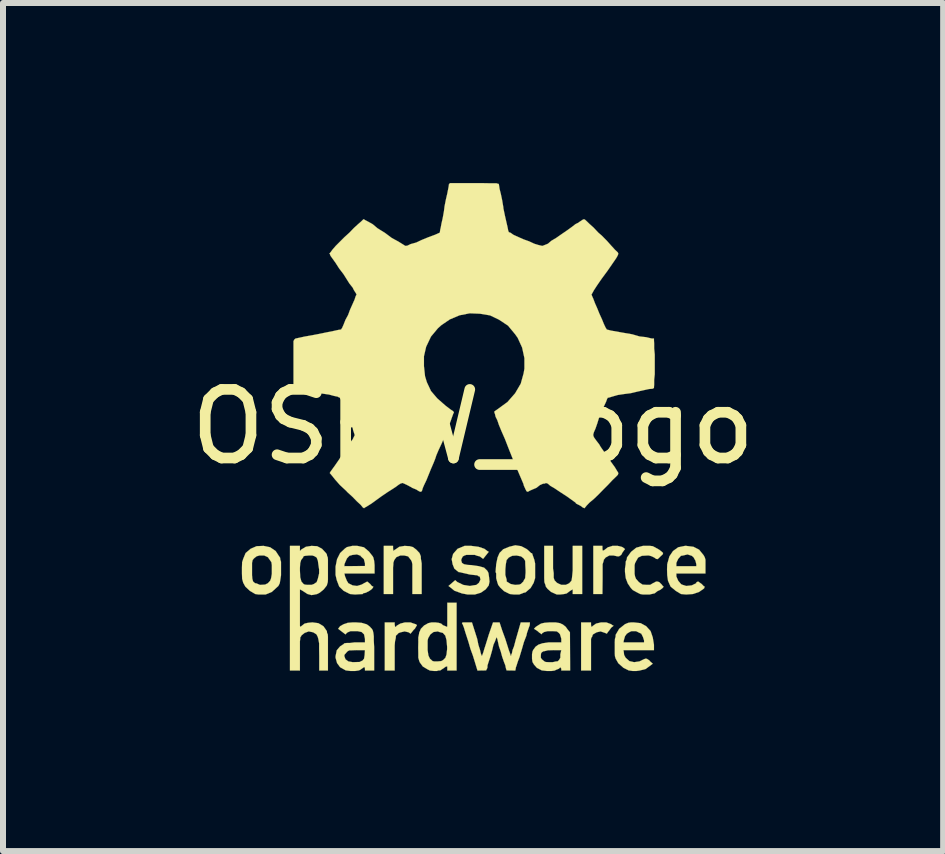
<source format=kicad_pcb>
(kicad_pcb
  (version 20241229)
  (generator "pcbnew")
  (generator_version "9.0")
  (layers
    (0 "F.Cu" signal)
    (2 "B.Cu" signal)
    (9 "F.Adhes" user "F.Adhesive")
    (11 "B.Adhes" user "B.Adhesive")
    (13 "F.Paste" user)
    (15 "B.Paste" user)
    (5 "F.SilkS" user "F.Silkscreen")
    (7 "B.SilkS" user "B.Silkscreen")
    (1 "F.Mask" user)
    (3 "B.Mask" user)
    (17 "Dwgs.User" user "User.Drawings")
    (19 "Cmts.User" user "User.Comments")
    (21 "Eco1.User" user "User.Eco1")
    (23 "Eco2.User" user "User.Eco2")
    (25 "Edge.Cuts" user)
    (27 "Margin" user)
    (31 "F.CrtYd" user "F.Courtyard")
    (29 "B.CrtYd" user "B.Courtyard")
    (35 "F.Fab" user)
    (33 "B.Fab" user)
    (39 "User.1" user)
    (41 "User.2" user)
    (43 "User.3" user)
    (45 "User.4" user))
  (footprint "OSHW_logo"
    (layer "F.Cu")
    (at 4.833 4.063)
    (property "Reference" "OSHW_logo" (at 0 0 0) (layer "F.SilkS") (effects (font (size 1.143 1.143) (thickness 0.178))))
    (attr through_hole)
    (fp_poly (pts (xy -1.306 4.061) (xy -1.306 3.795) (xy -1.306 3.752) (xy -1.306 3.645) (xy -1.3 3.574) (xy -1.288 3.52) (xy -1.285 3.48) (xy -1.262 3.459) (xy -1.242 3.437) (xy -1.206 3.424) (xy -1.14 3.409) (xy -1.074 3.424) (xy -1.041 3.447) (xy -0.988 3.381) (xy -0.97 3.365) (xy -0.945 3.322) (xy -0.935 3.31) (xy -0.947 3.292) (xy -0.988 3.279) (xy -1.044 3.259) (xy -1.133 3.259) (xy -1.212 3.279) (xy -1.273 3.315) (xy -1.285 3.332) (xy -1.3 3.332) (xy -1.306 3.292) (xy -1.306 3.259) (xy -1.471 3.259) (xy -1.471 4.061) (xy -1.306 4.061)) (stroke (width 0.003) (type solid)) (fill yes) (layer "F.SilkS"))
    (fp_poly (pts (xy 1.966 4.061) (xy 1.966 3.767) (xy 1.966 3.658) (xy 1.966 3.592) (xy 1.966 3.536) (xy 1.974 3.51) (xy 1.984 3.5) (xy 1.989 3.48) (xy 1.999 3.459) (xy 2.06 3.424) (xy 2.126 3.409) (xy 2.2 3.434) (xy 2.23 3.447) (xy 2.248 3.419) (xy 2.271 3.391) (xy 2.304 3.345) (xy 2.322 3.332) (xy 2.342 3.315) (xy 2.322 3.305) (xy 2.301 3.289) (xy 2.22 3.259) (xy 2.134 3.259) (xy 2.05 3.279) (xy 2.014 3.305) (xy 1.989 3.322) (xy 1.984 3.332) (xy 1.974 3.332) (xy 1.966 3.305) (xy 1.966 3.259) (xy 1.801 3.259) (xy 1.801 4.061) (xy 1.966 4.061)) (stroke (width 0.003) (type solid)) (fill yes) (layer "F.SilkS"))
    (fp_poly (pts (xy 2.156 2.786) (xy 2.159 2.517) (xy 2.159 2.433) (xy 2.159 2.344) (xy 2.159 2.289) (xy 2.172 2.248) (xy 2.177 2.23) (xy 2.179 2.215) (xy 2.192 2.2) (xy 2.215 2.172) (xy 2.22 2.172) (xy 2.271 2.144) (xy 2.342 2.144) (xy 2.395 2.156) (xy 2.418 2.159) (xy 2.436 2.156) (xy 2.469 2.134) (xy 2.494 2.088) (xy 2.522 2.05) (xy 2.532 2.04) (xy 2.522 2.027) (xy 2.489 2.004) (xy 2.413 1.984) (xy 2.322 1.984) (xy 2.248 2.007) (xy 2.215 2.032) (xy 2.192 2.05) (xy 2.179 2.06) (xy 2.159 2.06) (xy 2.156 2.027) (xy 2.156 1.984) (xy 2.004 1.984) (xy 2.004 2.786) (xy 2.156 2.786)) (stroke (width 0.003) (type solid)) (fill yes) (layer "F.SilkS"))
    (fp_poly (pts (xy -0.856 2.786) (xy -0.856 2.494) (xy -0.856 2.413) (xy -0.856 2.276) (xy -0.869 2.2) (xy -0.871 2.156) (xy -0.892 2.103) (xy -0.945 2.047) (xy -1.001 2.004) (xy -1.057 1.989) (xy -1.14 1.984) (xy -1.229 1.999) (xy -1.288 2.04) (xy -1.306 2.05) (xy -1.328 2.07) (xy -1.328 2.06) (xy -1.333 2.027) (xy -1.333 1.984) (xy -1.488 1.984) (xy -1.488 2.786) (xy -1.333 2.786) (xy -1.333 2.522) (xy -1.333 2.421) (xy -1.333 2.344) (xy -1.328 2.291) (xy -1.328 2.266) (xy -1.321 2.245) (xy -1.313 2.22) (xy -1.278 2.172) (xy -1.212 2.144) (xy -1.146 2.144) (xy -1.082 2.159) (xy -1.034 2.22) (xy -1.021 2.245) (xy -1.016 2.266) (xy -1.011 2.291) (xy -1.011 2.344) (xy -1.011 2.418) (xy -1.011 2.522) (xy -1.011 2.786) (xy -0.856 2.786)) (stroke (width 0.003) (type solid)) (fill yes) (layer "F.SilkS"))
    (fp_poly (pts (xy 1.45 2.794) (xy 1.519 2.786) (xy 1.562 2.776) (xy 1.577 2.764) (xy 1.618 2.733) (xy 1.661 2.708) (xy 1.661 2.786) (xy 1.819 2.786) (xy 1.819 1.984) (xy 1.661 1.984) (xy 1.661 2.248) (xy 1.661 2.289) (xy 1.661 2.395) (xy 1.654 2.469) (xy 1.648 2.522) (xy 1.641 2.563) (xy 1.621 2.586) (xy 1.603 2.606) (xy 1.598 2.609) (xy 1.544 2.634) (xy 1.473 2.634) (xy 1.417 2.609) (xy 1.397 2.598) (xy 1.356 2.555) (xy 1.354 2.543) (xy 1.344 2.517) (xy 1.344 2.489) (xy 1.344 2.436) (xy 1.333 2.362) (xy 1.333 2.248) (xy 1.333 1.984) (xy 1.186 1.984) (xy 1.186 2.271) (xy 1.186 2.322) (xy 1.186 2.436) (xy 1.186 2.522) (xy 1.189 2.588) (xy 1.206 2.634) (xy 1.214 2.664) (xy 1.242 2.7) (xy 1.3 2.751) (xy 1.377 2.786) (xy 1.397 2.794) (xy 1.45 2.794)) (stroke (width 0.003) (type solid)) (fill yes) (layer "F.SilkS"))
    (fp_poly (pts (xy 3.551 2.794) (xy 3.665 2.786) (xy 3.767 2.751) (xy 3.851 2.692) (xy 3.851 2.685) (xy 3.863 2.664) (xy 3.848 2.659) (xy 3.81 2.619) (xy 3.752 2.578) (xy 3.724 2.588) (xy 3.719 2.606) (xy 3.645 2.642) (xy 3.553 2.652) (xy 3.48 2.629) (xy 3.465 2.619) (xy 3.419 2.565) (xy 3.388 2.494) (xy 3.388 2.443) (xy 3.388 2.322) (xy 3.388 2.289) (xy 3.388 2.266) (xy 3.419 2.2) (xy 3.465 2.149) (xy 3.5 2.144) (xy 3.574 2.126) (xy 3.645 2.149) (xy 3.673 2.172) (xy 3.706 2.23) (xy 3.721 2.289) (xy 3.721 2.322) (xy 3.388 2.322) (xy 3.388 2.443) (xy 3.873 2.443) (xy 3.873 2.322) (xy 3.873 2.256) (xy 3.873 2.215) (xy 3.863 2.179) (xy 3.848 2.149) (xy 3.838 2.134) (xy 3.767 2.047) (xy 3.673 1.999) (xy 3.553 1.984) (xy 3.531 1.984) (xy 3.419 2.007) (xy 3.332 2.07) (xy 3.272 2.159) (xy 3.236 2.289) (xy 3.233 2.375) (xy 3.236 2.474) (xy 3.249 2.565) (xy 3.292 2.662) (xy 3.378 2.733) (xy 3.465 2.786) (xy 3.551 2.794)) (stroke (width 0.003) (type solid)) (fill yes) (layer "F.SilkS"))
    (fp_poly (pts (xy -1.966 2.794) (xy -1.836 2.786) (xy -1.836 2.776) (xy -1.786 2.764) (xy -1.727 2.733) (xy -1.692 2.708) (xy -1.671 2.685) (xy -1.661 2.664) (xy -1.687 2.652) (xy -1.714 2.619) (xy -1.763 2.578) (xy -1.816 2.606) (xy -1.857 2.629) (xy -1.933 2.652) (xy -2.007 2.642) (xy -2.078 2.606) (xy -2.103 2.565) (xy -2.134 2.489) (xy -2.144 2.443) (xy -2.144 2.322) (xy -2.144 2.291) (xy -2.126 2.248) (xy -2.101 2.192) (xy -2.06 2.149) (xy -2.007 2.134) (xy -1.935 2.126) (xy -1.872 2.149) (xy -1.872 2.156) (xy -1.819 2.205) (xy -1.801 2.276) (xy -1.801 2.319) (xy -2.144 2.322) (xy -2.144 2.443) (xy -1.641 2.443) (xy -1.641 2.344) (xy -1.641 2.304) (xy -1.648 2.233) (xy -1.661 2.179) (xy -1.671 2.159) (xy -1.735 2.078) (xy -1.819 2.007) (xy -1.836 2.004) (xy -1.928 1.984) (xy -2.014 1.984) (xy -2.101 2.004) (xy -2.134 2.027) (xy -2.215 2.103) (xy -2.266 2.205) (xy -2.291 2.329) (xy -2.291 2.469) (xy -2.271 2.555) (xy -2.23 2.662) (xy -2.156 2.733) (xy -2.05 2.786) (xy -1.966 2.794)) (stroke (width 0.003) (type solid)) (fill yes) (layer "F.SilkS"))
    (fp_poly (pts (xy -3.574 2.794) (xy -3.551 2.794) (xy -3.551 2.634) (xy -3.609 2.609) (xy -3.632 2.606) (xy -3.665 2.578) (xy -3.678 2.532) (xy -3.683 2.474) (xy -3.683 2.388) (xy -3.683 2.329) (xy -3.683 2.266) (xy -3.673 2.22) (xy -3.65 2.192) (xy -3.609 2.159) (xy -3.602 2.156) (xy -3.559 2.144) (xy -3.52 2.144) (xy -3.48 2.144) (xy -3.419 2.172) (xy -3.378 2.23) (xy -3.36 2.256) (xy -3.353 2.304) (xy -3.353 2.377) (xy -3.353 2.451) (xy -3.365 2.522) (xy -3.381 2.565) (xy -3.419 2.606) (xy -3.465 2.629) (xy -3.551 2.634) (xy -3.551 2.794) (xy -3.457 2.794) (xy -3.353 2.751) (xy -3.272 2.677) (xy -3.244 2.652) (xy -3.221 2.606) (xy -3.211 2.545) (xy -3.2 2.474) (xy -3.2 2.377) (xy -3.2 2.304) (xy -3.2 2.248) (xy -3.211 2.215) (xy -3.216 2.179) (xy -3.233 2.156) (xy -3.289 2.07) (xy -3.381 2.007) (xy -3.49 1.984) (xy -3.607 1.989) (xy -3.706 2.032) (xy -3.79 2.103) (xy -3.83 2.2) (xy -3.848 2.256) (xy -3.851 2.344) (xy -3.851 2.443) (xy -3.848 2.532) (xy -3.83 2.598) (xy -3.795 2.662) (xy -3.719 2.733) (xy -3.63 2.786) (xy -3.574 2.794)) (stroke (width 0.003) (type solid)) (fill yes) (layer "F.SilkS"))
    (fp_poly (pts (xy 0.683 2.794) (xy 0.701 2.794) (xy 0.701 2.634) (xy 0.627 2.619) (xy 0.561 2.578) (xy 0.559 2.543) (xy 0.538 2.469) (xy 0.538 2.377) (xy 0.546 2.291) (xy 0.559 2.22) (xy 0.597 2.177) (xy 0.653 2.149) (xy 0.726 2.144) (xy 0.8 2.159) (xy 0.843 2.192) (xy 0.869 2.233) (xy 0.871 2.301) (xy 0.876 2.388) (xy 0.876 2.433) (xy 0.871 2.489) (xy 0.869 2.522) (xy 0.848 2.555) (xy 0.838 2.578) (xy 0.795 2.619) (xy 0.77 2.629) (xy 0.701 2.634) (xy 0.701 2.794) (xy 0.77 2.794) (xy 0.848 2.764) (xy 0.876 2.758) (xy 0.96 2.685) (xy 1.011 2.598) (xy 1.021 2.563) (xy 1.034 2.522) (xy 1.034 2.474) (xy 1.034 2.395) (xy 1.034 2.365) (xy 1.034 2.276) (xy 1.021 2.215) (xy 1.001 2.159) (xy 0.983 2.106) (xy 0.97 2.106) (xy 0.899 2.04) (xy 0.803 1.989) (xy 0.704 1.974) (xy 0.602 1.999) (xy 0.503 2.04) (xy 0.442 2.101) (xy 0.409 2.177) (xy 0.386 2.289) (xy 0.376 2.418) (xy 0.386 2.443) (xy 0.386 2.522) (xy 0.404 2.588) (xy 0.419 2.634) (xy 0.452 2.677) (xy 0.516 2.738) (xy 0.612 2.786) (xy 0.683 2.794)) (stroke (width 0.003) (type solid)) (fill yes) (layer "F.SilkS"))
    (fp_poly (pts (xy 2.72 4.069) (xy 2.776 4.061) (xy 2.875 4.036) (xy 2.959 3.975) (xy 2.995 3.947) (xy 2.946 3.904) (xy 2.941 3.894) (xy 2.898 3.866) (xy 2.875 3.863) (xy 2.847 3.873) (xy 2.774 3.909) (xy 2.685 3.922) (xy 2.606 3.904) (xy 2.586 3.886) (xy 2.543 3.848) (xy 2.517 3.8) (xy 2.517 3.795) (xy 2.512 3.752) (xy 2.507 3.721) (xy 2.507 3.592) (xy 2.512 3.559) (xy 2.532 3.49) (xy 2.563 3.447) (xy 2.609 3.419) (xy 2.642 3.404) (xy 2.715 3.404) (xy 2.776 3.434) (xy 2.804 3.447) (xy 2.832 3.503) (xy 2.85 3.559) (xy 2.85 3.592) (xy 2.507 3.592) (xy 2.507 3.721) (xy 3.015 3.721) (xy 3.015 3.632) (xy 2.995 3.51) (xy 2.959 3.404) (xy 2.885 3.322) (xy 2.794 3.272) (xy 2.677 3.259) (xy 2.634 3.259) (xy 2.586 3.266) (xy 2.532 3.289) (xy 2.512 3.305) (xy 2.436 3.365) (xy 2.377 3.465) (xy 2.375 3.5) (xy 2.365 3.533) (xy 2.362 3.586) (xy 2.362 3.665) (xy 2.362 3.721) (xy 2.362 3.777) (xy 2.365 3.823) (xy 2.377 3.863) (xy 2.421 3.94) (xy 2.507 4.016) (xy 2.598 4.061) (xy 2.609 4.061) (xy 2.662 4.069) (xy 2.72 4.069)) (stroke (width 0.003) (type solid)) (fill yes) (layer "F.SilkS"))
    (fp_poly (pts (xy 2.832 2.794) (xy 2.941 2.794) (xy 3.028 2.774) (xy 3.073 2.738) (xy 3.122 2.715) (xy 3.16 2.685) (xy 3.178 2.662) (xy 3.167 2.659) (xy 3.145 2.629) (xy 3.104 2.588) (xy 3.073 2.578) (xy 3.051 2.578) (xy 3.015 2.598) (xy 2.992 2.609) (xy 2.951 2.634) (xy 2.903 2.634) (xy 2.824 2.629) (xy 2.764 2.588) (xy 2.715 2.532) (xy 2.7 2.494) (xy 2.692 2.451) (xy 2.692 2.388) (xy 2.692 2.365) (xy 2.692 2.304) (xy 2.7 2.271) (xy 2.72 2.233) (xy 2.751 2.179) (xy 2.814 2.149) (xy 2.903 2.144) (xy 2.931 2.144) (xy 2.974 2.156) (xy 3.018 2.177) (xy 3.051 2.2) (xy 3.073 2.205) (xy 3.091 2.192) (xy 3.124 2.159) (xy 3.16 2.126) (xy 3.167 2.103) (xy 3.147 2.083) (xy 3.101 2.047) (xy 3.03 2.007) (xy 2.995 1.989) (xy 2.951 1.984) (xy 2.885 1.984) (xy 2.83 1.984) (xy 2.72 2.014) (xy 2.634 2.083) (xy 2.565 2.177) (xy 2.563 2.205) (xy 2.545 2.245) (xy 2.543 2.291) (xy 2.532 2.362) (xy 2.532 2.418) (xy 2.545 2.522) (xy 2.578 2.609) (xy 2.629 2.685) (xy 2.662 2.72) (xy 2.731 2.758) (xy 2.786 2.786) (xy 2.832 2.794)) (stroke (width 0.003) (type solid)) (fill yes) (layer "F.SilkS"))
    (fp_poly (pts (xy -0.089 2.794) (xy 0.03 2.794) (xy 0.13 2.764) (xy 0.211 2.708) (xy 0.262 2.642) (xy 0.274 2.578) (xy 0.267 2.507) (xy 0.257 2.436) (xy 0.239 2.4) (xy 0.185 2.347) (xy 0.097 2.322) (xy -0.03 2.304) (xy -0.089 2.301) (xy -0.152 2.289) (xy -0.185 2.266) (xy -0.198 2.22) (xy -0.188 2.192) (xy -0.168 2.156) (xy -0.163 2.156) (xy -0.142 2.144) (xy -0.112 2.134) (xy -0.053 2.134) (xy -0.03 2.134) (xy 0.03 2.134) (xy 0.069 2.149) (xy 0.112 2.159) (xy 0.168 2.2) (xy 0.262 2.083) (xy 0.239 2.07) (xy 0.188 2.032) (xy 0.089 1.999) (xy -0.03 1.984) (xy -0.142 1.984) (xy -0.152 1.989) (xy -0.257 2.032) (xy -0.318 2.101) (xy -0.333 2.121) (xy -0.356 2.205) (xy -0.34 2.291) (xy -0.31 2.365) (xy -0.239 2.421) (xy -0.224 2.421) (xy -0.163 2.436) (xy -0.053 2.461) (xy 0.018 2.469) (xy 0.069 2.474) (xy 0.089 2.487) (xy 0.099 2.494) (xy 0.112 2.494) (xy 0.124 2.545) (xy 0.099 2.598) (xy 0.056 2.634) (xy 0.003 2.642) (xy -0.053 2.652) (xy -0.163 2.634) (xy -0.262 2.586) (xy -0.297 2.555) (xy -0.409 2.652) (xy -0.376 2.677) (xy -0.31 2.731) (xy -0.185 2.776) (xy -0.089 2.794)) (stroke (width 0.003) (type solid)) (fill yes) (layer "F.SilkS"))
    (fp_poly (pts (xy -0.648 4.069) (xy -0.597 4.069) (xy -0.587 4.061) (xy -0.587 3.909) (xy -0.648 3.909) (xy -0.673 3.904) (xy -0.719 3.863) (xy -0.744 3.81) (xy -0.747 3.79) (xy -0.757 3.721) (xy -0.757 3.65) (xy -0.757 3.622) (xy -0.757 3.559) (xy -0.747 3.52) (xy -0.729 3.49) (xy -0.711 3.459) (xy -0.658 3.419) (xy -0.587 3.409) (xy -0.561 3.419) (xy -0.503 3.434) (xy -0.462 3.48) (xy -0.442 3.553) (xy -0.432 3.665) (xy -0.432 3.706) (xy -0.442 3.795) (xy -0.462 3.851) (xy -0.503 3.889) (xy -0.531 3.904) (xy -0.587 3.909) (xy -0.587 4.061) (xy -0.546 4.059) (xy -0.485 4.018) (xy -0.452 3.995) (xy -0.432 3.993) (xy -0.429 3.993) (xy -0.429 4.031) (xy -0.429 4.061) (xy -0.274 4.061) (xy -0.274 2.931) (xy -0.429 2.931) (xy -0.429 3.137) (xy -0.429 3.193) (xy -0.429 3.266) (xy -0.429 3.315) (xy -0.432 3.335) (xy -0.46 3.322) (xy -0.503 3.305) (xy -0.531 3.279) (xy -0.574 3.266) (xy -0.63 3.259) (xy -0.691 3.259) (xy -0.747 3.272) (xy -0.815 3.31) (xy -0.869 3.365) (xy -0.899 3.434) (xy -0.899 3.447) (xy -0.912 3.51) (xy -0.912 3.592) (xy -0.914 3.683) (xy -0.912 3.774) (xy -0.912 3.848) (xy -0.899 3.894) (xy -0.889 3.922) (xy -0.838 3.993) (xy -0.762 4.039) (xy -0.719 4.061) (xy -0.648 4.069)) (stroke (width 0.003) (type solid)) (fill yes) (layer "F.SilkS"))
    (fp_poly (pts (xy -2.04 4.069) (xy -2.004 4.069) (xy -2.004 3.922) (xy -2.078 3.909) (xy -2.126 3.873) (xy -2.144 3.823) (xy -2.144 3.8) (xy -2.106 3.757) (xy -2.103 3.752) (xy -2.088 3.739) (xy -2.06 3.724) (xy -2.014 3.724) (xy -1.941 3.721) (xy -1.801 3.721) (xy -1.806 3.79) (xy -1.806 3.8) (xy -1.816 3.863) (xy -1.841 3.894) (xy -1.892 3.919) (xy -1.913 3.919) (xy -2.004 3.922) (xy -2.004 4.069) (xy -1.966 4.069) (xy -1.902 4.059) (xy -1.88 4.049) (xy -1.836 4.018) (xy -1.819 4.006) (xy -1.806 4.006) (xy -1.801 4.031) (xy -1.801 4.061) (xy -1.648 4.061) (xy -1.648 3.757) (xy -1.648 3.673) (xy -1.654 3.559) (xy -1.654 3.49) (xy -1.661 3.434) (xy -1.671 3.391) (xy -1.687 3.365) (xy -1.707 3.345) (xy -1.717 3.332) (xy -1.77 3.292) (xy -1.857 3.266) (xy -1.956 3.259) (xy -1.999 3.259) (xy -2.088 3.266) (xy -2.156 3.289) (xy -2.215 3.322) (xy -2.248 3.365) (xy -2.126 3.459) (xy -2.103 3.434) (xy -2.088 3.424) (xy -2.04 3.404) (xy -1.966 3.404) (xy -1.928 3.404) (xy -1.857 3.419) (xy -1.816 3.459) (xy -1.801 3.533) (xy -1.801 3.592) (xy -1.974 3.592) (xy -2.05 3.602) (xy -2.103 3.602) (xy -2.144 3.607) (xy -2.159 3.622) (xy -2.215 3.658) (xy -2.271 3.724) (xy -2.291 3.823) (xy -2.291 3.848) (xy -2.266 3.937) (xy -2.215 4.006) (xy -2.121 4.059) (xy -2.103 4.061) (xy -2.04 4.069)) (stroke (width 0.003) (type solid)) (fill yes) (layer "F.SilkS"))
    (fp_poly (pts (xy 1.232 4.069) (xy 1.262 4.069) (xy 1.262 3.922) (xy 1.212 3.919) (xy 1.189 3.909) (xy 1.146 3.873) (xy 1.13 3.848) (xy 1.13 3.81) (xy 1.133 3.777) (xy 1.146 3.757) (xy 1.176 3.739) (xy 1.189 3.739) (xy 1.247 3.724) (xy 1.344 3.721) (xy 1.471 3.721) (xy 1.455 3.79) (xy 1.455 3.848) (xy 1.433 3.886) (xy 1.407 3.909) (xy 1.384 3.909) (xy 1.328 3.922) (xy 1.262 3.922) (xy 1.262 4.069) (xy 1.306 4.069) (xy 1.361 4.061) (xy 1.384 4.049) (xy 1.43 4.031) (xy 1.445 4.016) (xy 1.455 4.006) (xy 1.471 4.031) (xy 1.471 4.061) (xy 1.618 4.061) (xy 1.615 3.424) (xy 1.577 3.378) (xy 1.544 3.332) (xy 1.494 3.292) (xy 1.483 3.289) (xy 1.45 3.272) (xy 1.417 3.266) (xy 1.374 3.259) (xy 1.288 3.259) (xy 1.278 3.259) (xy 1.189 3.266) (xy 1.133 3.279) (xy 1.09 3.305) (xy 1.044 3.335) (xy 1.016 3.365) (xy 1.082 3.409) (xy 1.097 3.424) (xy 1.13 3.447) (xy 1.14 3.457) (xy 1.156 3.437) (xy 1.186 3.419) (xy 1.247 3.404) (xy 1.321 3.404) (xy 1.397 3.409) (xy 1.433 3.437) (xy 1.45 3.459) (xy 1.471 3.531) (xy 1.471 3.592) (xy 1.321 3.592) (xy 1.262 3.592) (xy 1.158 3.607) (xy 1.09 3.63) (xy 1.041 3.665) (xy 1.001 3.721) (xy 0.991 3.744) (xy 0.983 3.79) (xy 0.983 3.848) (xy 0.983 3.866) (xy 0.991 3.919) (xy 1.016 3.962) (xy 1.064 4.016) (xy 1.146 4.059) (xy 1.168 4.061) (xy 1.232 4.069)) (stroke (width 0.003) (type solid)) (fill yes) (layer "F.SilkS"))
    (fp_poly (pts (xy 0.704 4.061) (xy 0.711 4.031) (xy 0.711 4.018) (xy 0.726 3.975) (xy 0.747 3.909) (xy 0.777 3.83) (xy 0.782 3.81) (xy 0.815 3.701) (xy 0.848 3.586) (xy 0.889 3.48) (xy 0.899 3.434) (xy 0.927 3.353) (xy 0.945 3.305) (xy 0.947 3.272) (xy 0.947 3.259) (xy 0.927 3.259) (xy 0.876 3.259) (xy 0.795 3.259) (xy 0.744 3.437) (xy 0.711 3.551) (xy 0.683 3.658) (xy 0.658 3.721) (xy 0.648 3.774) (xy 0.635 3.8) (xy 0.635 3.818) (xy 0.63 3.818) (xy 0.627 3.81) (xy 0.617 3.777) (xy 0.597 3.724) (xy 0.574 3.65) (xy 0.538 3.536) (xy 0.485 3.391) (xy 0.442 3.259) (xy 0.333 3.259) (xy 0.262 3.465) (xy 0.241 3.533) (xy 0.211 3.63) (xy 0.188 3.701) (xy 0.173 3.752) (xy 0.168 3.767) (xy 0.152 3.81) (xy 0.145 3.818) (xy 0.13 3.777) (xy 0.117 3.721) (xy 0.089 3.632) (xy 0.069 3.533) (xy -0.018 3.259) (xy -0.099 3.259) (xy -0.13 3.259) (xy -0.173 3.259) (xy -0.185 3.272) (xy -0.173 3.292) (xy -0.152 3.345) (xy -0.13 3.419) (xy -0.076 3.586) (xy -0.043 3.701) (xy -0.003 3.81) (xy 0.023 3.894) (xy 0.074 4.061) (xy 0.218 4.059) (xy 0.239 4.016) (xy 0.241 3.975) (xy 0.262 3.909) (xy 0.29 3.823) (xy 0.318 3.724) (xy 0.34 3.632) (xy 0.366 3.574) (xy 0.386 3.52) (xy 0.389 3.503) (xy 0.404 3.531) (xy 0.414 3.576) (xy 0.432 3.658) (xy 0.462 3.744) (xy 0.485 3.83) (xy 0.516 3.919) (xy 0.538 3.975) (xy 0.546 4.016) (xy 0.559 4.059) (xy 0.704 4.061)) (stroke (width 0.003) (type solid)) (fill yes) (layer "F.SilkS"))
    (fp_poly (pts (xy -2.418 4.061) (xy -2.418 3.774) (xy -2.418 3.744) (xy -2.418 3.632) (xy -2.418 3.551) (xy -2.418 3.5) (xy -2.421 3.459) (xy -2.433 3.434) (xy -2.436 3.404) (xy -2.494 3.322) (xy -2.578 3.272) (xy -2.677 3.259) (xy -2.751 3.266) (xy -2.807 3.279) (xy -2.847 3.31) (xy -2.875 3.332) (xy -2.88 3.332) (xy -2.885 3.315) (xy -2.885 3.279) (xy -2.885 3.233) (xy -2.885 3.145) (xy -2.885 3.028) (xy -2.885 2.708) (xy -2.832 2.738) (xy -2.774 2.776) (xy -2.758 2.786) (xy -2.758 2.634) (xy -2.804 2.629) (xy -2.824 2.619) (xy -2.86 2.578) (xy -2.88 2.507) (xy -2.885 2.395) (xy -2.885 2.347) (xy -2.88 2.271) (xy -2.865 2.22) (xy -2.832 2.177) (xy -2.824 2.156) (xy -2.794 2.149) (xy -2.738 2.144) (xy -2.72 2.144) (xy -2.677 2.144) (xy -2.642 2.156) (xy -2.606 2.179) (xy -2.586 2.23) (xy -2.578 2.289) (xy -2.565 2.377) (xy -2.565 2.443) (xy -2.586 2.532) (xy -2.606 2.588) (xy -2.652 2.619) (xy -2.692 2.634) (xy -2.758 2.634) (xy -2.758 2.786) (xy -2.692 2.804) (xy -2.598 2.786) (xy -2.555 2.764) (xy -2.487 2.708) (xy -2.436 2.642) (xy -2.433 2.629) (xy -2.421 2.588) (xy -2.418 2.545) (xy -2.418 2.487) (xy -2.418 2.377) (xy -2.418 2.362) (xy -2.418 2.271) (xy -2.418 2.215) (xy -2.421 2.177) (xy -2.433 2.149) (xy -2.436 2.126) (xy -2.451 2.103) (xy -2.517 2.032) (xy -2.598 1.989) (xy -2.692 1.984) (xy -2.786 1.999) (xy -2.865 2.047) (xy -2.885 2.07) (xy -2.885 1.984) (xy -3.051 1.984) (xy -3.051 4.061) (xy -2.885 4.061) (xy -2.885 3.795) (xy -2.885 3.706) (xy -2.885 3.622) (xy -2.885 3.574) (xy -2.88 3.533) (xy -2.88 3.51) (xy -2.865 3.49) (xy -2.86 3.477) (xy -2.807 3.434) (xy -2.738 3.409) (xy -2.664 3.424) (xy -2.609 3.459) (xy -2.606 3.465) (xy -2.588 3.5) (xy -2.578 3.536) (xy -2.565 3.607) (xy -2.565 3.696) (xy -2.563 3.818) (xy -2.563 4.061) (xy -2.418 4.061)) (stroke (width 0.003) (type solid)) (fill yes) (layer "F.SilkS"))
    (fp_poly (pts (xy -1.816 1.356) (xy -1.801 1.344) (xy -1.748 1.313) (xy -1.692 1.278) (xy -1.527 1.158) (xy -1.427 1.09) (xy -1.354 1.044) (xy -1.288 1.001) (xy -1.247 0.97) (xy -1.212 0.947) (xy -1.176 0.935) (xy -1.146 0.947) (xy -1.097 0.97) (xy -1.021 1.011) (xy -1.016 1.016) (xy -0.947 1.044) (xy -0.899 1.074) (xy -0.876 1.082) (xy -0.871 1.082) (xy -0.856 1.074) (xy -0.848 1.057) (xy -0.838 1.021) (xy -0.815 0.968) (xy -0.777 0.889) (xy -0.701 0.701) (xy -0.658 0.602) (xy -0.63 0.531) (xy -0.612 0.475) (xy -0.574 0.386) (xy -0.516 0.262) (xy -0.462 0.13) (xy -0.419 0.018) (xy -0.376 -0.089) (xy -0.348 -0.168) (xy -0.33 -0.218) (xy -0.318 -0.241) (xy -0.333 -0.262) (xy -0.376 -0.29) (xy -0.432 -0.333) (xy -0.462 -0.356) (xy -0.597 -0.475) (xy -0.701 -0.597) (xy -0.77 -0.744) (xy -0.8 -0.843) (xy -0.818 -1.011) (xy -0.818 -1.176) (xy -0.782 -1.333) (xy -0.777 -1.344) (xy -0.701 -1.504) (xy -0.587 -1.641) (xy -0.531 -1.692) (xy -0.386 -1.791) (xy -0.224 -1.859) (xy -0.056 -1.892) (xy 0.117 -1.885) (xy 0.284 -1.857) (xy 0.432 -1.786) (xy 0.582 -1.687) (xy 0.701 -1.544) (xy 0.744 -1.483) (xy 0.818 -1.321) (xy 0.856 -1.146) (xy 0.856 -0.968) (xy 0.843 -0.892) (xy 0.795 -0.719) (xy 0.701 -0.559) (xy 0.574 -0.414) (xy 0.414 -0.297) (xy 0.371 -0.267) (xy 0.356 -0.257) (xy 0.356 -0.244) (xy 0.356 -0.239) (xy 0.366 -0.211) (xy 0.376 -0.168) (xy 0.404 -0.112) (xy 0.432 -0.03) (xy 0.475 0.074) (xy 0.531 0.201) (xy 0.597 0.371) (xy 0.673 0.561) (xy 0.838 0.947) (xy 0.848 0.983) (xy 0.876 1.044) (xy 0.892 1.074) (xy 0.912 1.082) (xy 0.914 1.082) (xy 0.945 1.064) (xy 0.991 1.044) (xy 1.057 1.016) (xy 1.115 0.97) (xy 1.168 0.947) (xy 1.201 0.945) (xy 1.212 0.935) (xy 1.214 0.935) (xy 1.247 0.947) (xy 1.288 0.983) (xy 1.354 1.021) (xy 1.445 1.082) (xy 1.562 1.158) (xy 1.707 1.262) (xy 1.717 1.278) (xy 1.786 1.313) (xy 1.829 1.344) (xy 1.857 1.356) (xy 1.859 1.354) (xy 1.892 1.313) (xy 1.941 1.262) (xy 2.014 1.201) (xy 2.088 1.13) (xy 2.172 1.044) (xy 2.248 0.968) (xy 2.319 0.892) (xy 2.375 0.838) (xy 2.413 0.8) (xy 2.421 0.777) (xy 2.418 0.762) (xy 2.395 0.726) (xy 2.362 0.671) (xy 2.301 0.587) (xy 2.23 0.483) (xy 2.126 0.333) (xy 2.101 0.29) (xy 2.05 0.224) (xy 2.014 0.173) (xy 2.004 0.145) (xy 2.004 0.124) (xy 2.014 0.089) (xy 2.04 0.03) (xy 2.07 -0.056) (xy 2.106 -0.173) (xy 2.144 -0.241) (xy 2.177 -0.333) (xy 2.215 -0.414) (xy 2.233 -0.462) (xy 2.245 -0.485) (xy 2.266 -0.488) (xy 2.322 -0.505) (xy 2.413 -0.531) (xy 2.512 -0.546) (xy 2.629 -0.561) (xy 2.738 -0.587) (xy 2.85 -0.612) (xy 2.931 -0.63) (xy 2.992 -0.635) (xy 3.015 -0.648) (xy 3.015 -0.658) (xy 3.018 -0.704) (xy 3.018 -0.782) (xy 3.028 -0.876) (xy 3.028 -0.983) (xy 3.028 -1.097) (xy 3.028 -1.206) (xy 3.018 -1.306) (xy 3.018 -1.384) (xy 3.015 -1.445) (xy 3.015 -1.471) (xy 3.002 -1.471) (xy 2.972 -1.473) (xy 2.885 -1.494) (xy 2.776 -1.506) (xy 2.652 -1.542) (xy 2.489 -1.57) (xy 2.304 -1.603) (xy 2.301 -1.603) (xy 2.256 -1.615) (xy 2.23 -1.621) (xy 2.22 -1.636) (xy 2.205 -1.661) (xy 2.179 -1.717) (xy 2.149 -1.791) (xy 2.106 -1.885) (xy 2.07 -1.974) (xy 2.032 -2.06) (xy 2.004 -2.134) (xy 1.984 -2.179) (xy 1.974 -2.205) (xy 1.989 -2.23) (xy 2.014 -2.276) (xy 2.07 -2.362) (xy 2.144 -2.469) (xy 2.245 -2.606) (xy 2.362 -2.776) (xy 2.388 -2.814) (xy 2.413 -2.86) (xy 2.421 -2.885) (xy 2.413 -2.906) (xy 2.365 -2.951) (xy 2.304 -3.018) (xy 2.23 -3.101) (xy 2.144 -3.188) (xy 2.088 -3.236) (xy 2.007 -3.322) (xy 1.941 -3.381) (xy 1.902 -3.419) (xy 1.872 -3.447) (xy 1.859 -3.457) (xy 1.841 -3.457) (xy 1.836 -3.457) (xy 1.806 -3.437) (xy 1.763 -3.409) (xy 1.76 -3.404) (xy 1.707 -3.378) (xy 1.648 -3.332) (xy 1.575 -3.279) (xy 1.483 -3.216) (xy 1.384 -3.147) (xy 1.306 -3.101) (xy 1.247 -3.051) (xy 1.189 -3.028) (xy 1.156 -3.015) (xy 1.14 -3.018) (xy 1.09 -3.03) (xy 1.021 -3.051) (xy 0.935 -3.091) (xy 0.843 -3.124) (xy 0.757 -3.162) (xy 0.673 -3.2) (xy 0.627 -3.233) (xy 0.597 -3.244) (xy 0.587 -3.266) (xy 0.574 -3.332) (xy 0.554 -3.419) (xy 0.531 -3.52) (xy 0.505 -3.645) (xy 0.505 -3.658) (xy 0.485 -3.777) (xy 0.462 -3.886) (xy 0.442 -3.965) (xy 0.432 -4.031) (xy 0.429 -4.049) (xy 0.419 -4.049) (xy 0.389 -4.059) (xy 0.348 -4.059) (xy 0.267 -4.059) (xy 0.163 -4.061) (xy 0.018 -4.061) (xy -0.386 -4.061) (xy -0.404 -4.036) (xy -0.404 -4.018) (xy -0.414 -3.965) (xy -0.429 -3.889) (xy -0.452 -3.79) (xy -0.475 -3.673) (xy -0.485 -3.592) (xy -0.505 -3.48) (xy -0.526 -3.388) (xy -0.538 -3.322) (xy -0.546 -3.289) (xy -0.554 -3.236) (xy -0.635 -3.2) (xy -0.744 -3.16) (xy -0.856 -3.114) (xy -0.947 -3.071) (xy -1.041 -3.045) (xy -1.097 -3.018) (xy -1.13 -3.015) (xy -1.133 -3.018) (xy -1.176 -3.045) (xy -1.247 -3.089) (xy -1.354 -3.147) (xy -1.473 -3.236) (xy -1.488 -3.244) (xy -1.593 -3.31) (xy -1.674 -3.378) (xy -1.748 -3.419) (xy -1.801 -3.447) (xy -1.819 -3.459) (xy -1.829 -3.457) (xy -1.862 -3.424) (xy -1.915 -3.378) (xy -1.984 -3.315) (xy -2.06 -3.236) (xy -2.144 -3.16) (xy -2.215 -3.089) (xy -2.289 -3.015) (xy -2.344 -2.951) (xy -2.377 -2.906) (xy -2.395 -2.885) (xy -2.388 -2.885) (xy -2.375 -2.85) (xy -2.342 -2.804) (xy -2.291 -2.733) (xy -2.233 -2.642) (xy -2.159 -2.545) (xy -2.06 -2.388) (xy -2.007 -2.322) (xy -1.984 -2.276) (xy -1.956 -2.233) (xy -1.941 -2.205) (xy -1.956 -2.177) (xy -1.974 -2.121) (xy -2.007 -2.047) (xy -2.047 -1.958) (xy -2.083 -1.862) (xy -2.126 -1.783) (xy -2.156 -1.707) (xy -2.179 -1.654) (xy -2.2 -1.621) (xy -2.205 -1.621) (xy -2.245 -1.615) (xy -2.322 -1.598) (xy -2.436 -1.575) (xy -2.588 -1.544) (xy -2.677 -1.527) (xy -2.807 -1.504) (xy -2.903 -1.483) (xy -2.959 -1.471) (xy -2.979 -1.455) (xy -2.979 -1.45) (xy -2.992 -1.43) (xy -2.992 -1.377) (xy -2.992 -1.3) (xy -2.992 -1.189) (xy -2.992 -1.044) (xy -2.992 -0.653) (xy -2.972 -0.648) (xy -2.951 -0.635) (xy -2.898 -0.627) (xy -2.814 -0.612) (xy -2.715 -0.597) (xy -2.598 -0.574) (xy -2.512 -0.554) (xy -2.4 -0.538) (xy -2.319 -0.516) (xy -2.256 -0.503) (xy -2.23 -0.488) (xy -2.22 -0.488) (xy -2.215 -0.475) (xy -2.192 -0.442) (xy -2.172 -0.386) (xy -2.134 -0.297) (xy -2.083 -0.185) (xy -2.06 -0.124) (xy -2.014 -0.023) (xy -1.999 0.053) (xy -1.984 0.099) (xy -1.974 0.13) (xy -1.974 0.145) (xy -1.984 0.163) (xy -2.007 0.211) (xy -2.06 0.274) (xy -2.121 0.366) (xy -2.179 0.462) (xy -2.233 0.546) (xy -2.291 0.63) (xy -2.344 0.704) (xy -2.375 0.747) (xy -2.388 0.77) (xy -2.377 0.782) (xy -2.347 0.818) (xy -2.301 0.876) (xy -2.22 0.968) (xy -2.106 1.074) (xy -2.101 1.082) (xy -2.007 1.168) (xy -1.935 1.242) (xy -1.872 1.3) (xy -1.836 1.344) (xy -1.816 1.356)) (stroke (width 0.003) (type solid)) (fill yes) (layer "F.SilkS")))
  (gr_rect
    (start -3 -3)
    (end 12.667 11.133)
    (stroke (width 0.1) (type default))
    (fill no)
    (layer "Edge.Cuts")))
</source>
